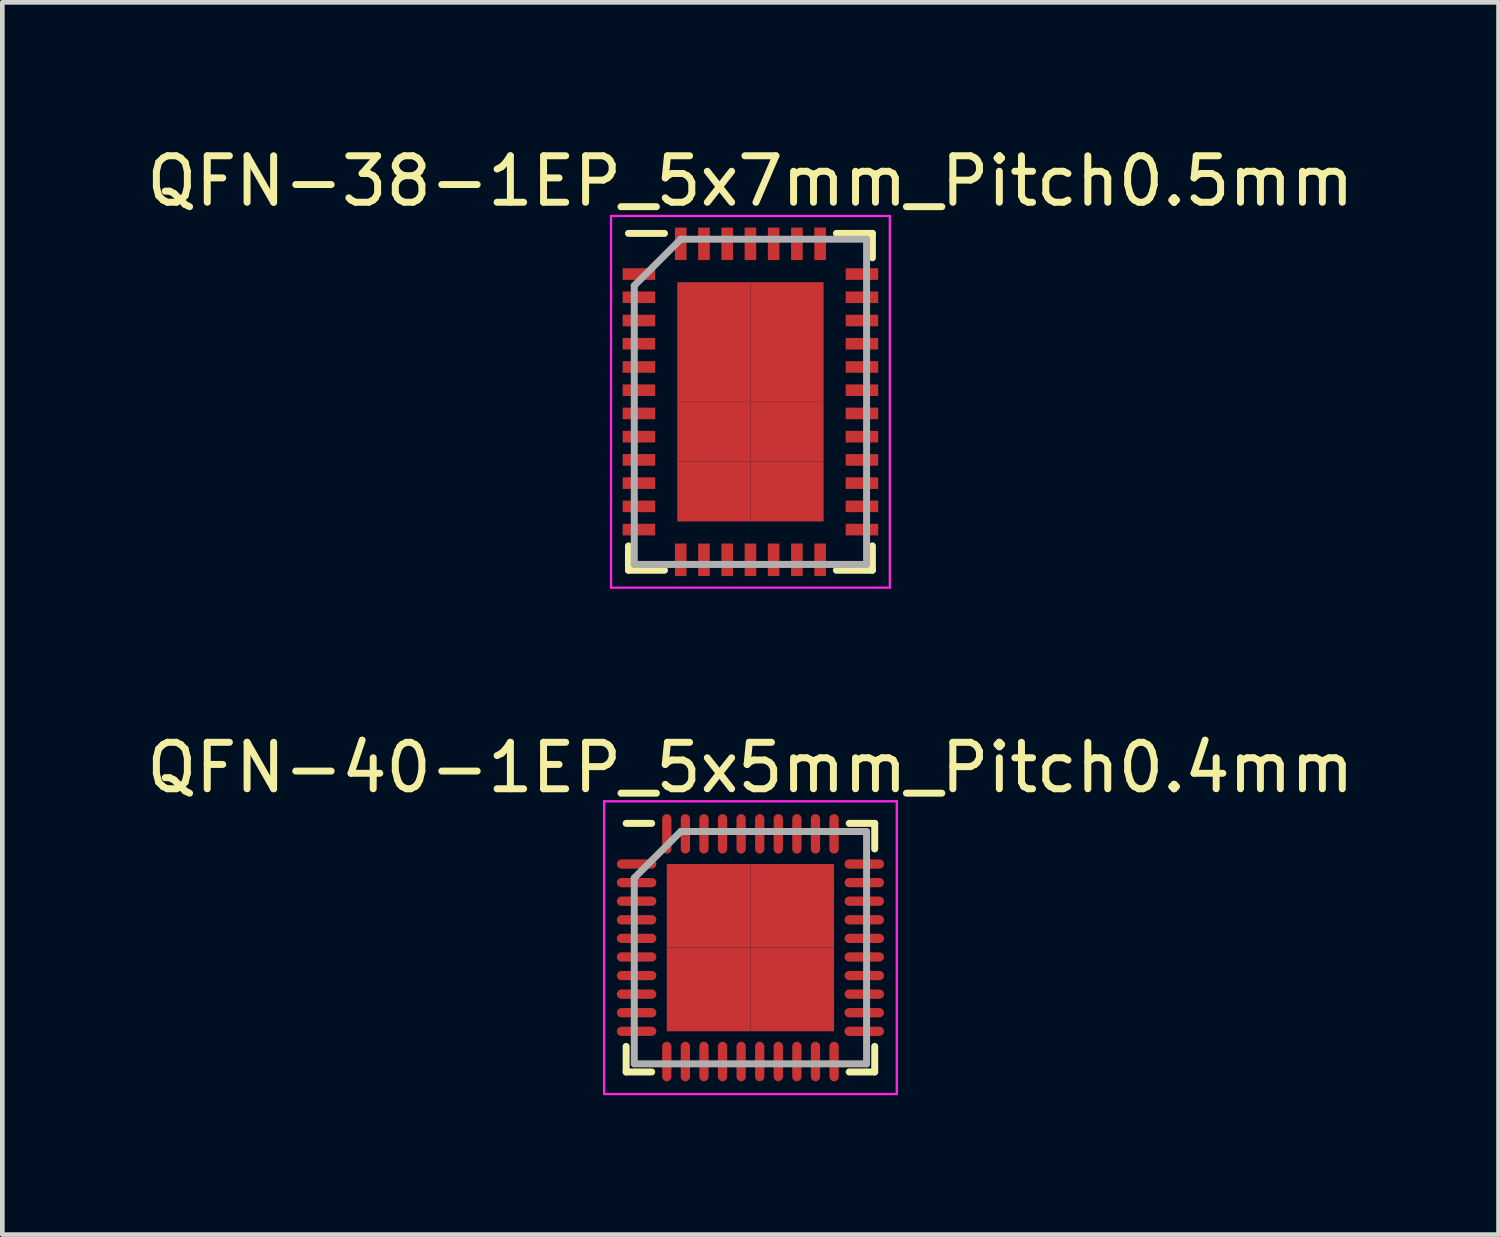
<source format=kicad_pcb>
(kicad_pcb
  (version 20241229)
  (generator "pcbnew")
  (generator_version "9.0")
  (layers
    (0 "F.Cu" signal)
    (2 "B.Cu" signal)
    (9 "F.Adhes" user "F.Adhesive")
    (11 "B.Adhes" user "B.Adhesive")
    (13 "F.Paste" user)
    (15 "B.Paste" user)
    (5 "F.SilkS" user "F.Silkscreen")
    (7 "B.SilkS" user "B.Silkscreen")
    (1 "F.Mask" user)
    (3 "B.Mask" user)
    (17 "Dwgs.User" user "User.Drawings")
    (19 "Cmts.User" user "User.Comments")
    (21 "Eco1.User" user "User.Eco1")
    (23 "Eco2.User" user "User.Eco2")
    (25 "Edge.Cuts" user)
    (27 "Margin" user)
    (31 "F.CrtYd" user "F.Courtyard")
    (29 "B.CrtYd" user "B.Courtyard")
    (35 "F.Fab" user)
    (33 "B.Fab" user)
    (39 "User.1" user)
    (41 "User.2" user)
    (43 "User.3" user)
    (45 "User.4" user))
  (footprint "QFN-38-1EP_5x7mm_Pitch0.5mm"
    (layer "F.Cu")
    (at 13.101 5.598)
    (property "Reference" "QFN-38-1EP_5x7mm_Pitch0.5mm" (at 0 -4.75 0) (layer "F.SilkS") (effects (font (size 1 1) (thickness 0.15))))
    (attr smd)
    (fp_line (start -2.625 -3.625) (end -1.85 -3.625) (stroke (width 0.15) (type solid)) (layer "F.SilkS"))
    (fp_line (start -2.625 3.625) (end -2.625 3.1) (stroke (width 0.15) (type solid)) (layer "F.SilkS"))
    (fp_line (start -2.625 3.625) (end -1.85 3.625) (stroke (width 0.15) (type solid)) (layer "F.SilkS"))
    (fp_line (start 2.625 -3.625) (end 1.85 -3.625) (stroke (width 0.15) (type solid)) (layer "F.SilkS"))
    (fp_line (start 2.625 -3.625) (end 2.625 -3.1) (stroke (width 0.15) (type solid)) (layer "F.SilkS"))
    (fp_line (start 2.625 3.625) (end 1.85 3.625) (stroke (width 0.15) (type solid)) (layer "F.SilkS"))
    (fp_line (start 2.625 3.625) (end 2.625 3.1) (stroke (width 0.15) (type solid)) (layer "F.SilkS"))
    (fp_line (start -3 -4) (end -3 4) (stroke (width 0.05) (type solid)) (layer "F.CrtYd"))
    (fp_line (start -3 -4) (end 3 -4) (stroke (width 0.05) (type solid)) (layer "F.CrtYd"))
    (fp_line (start -3 4) (end 3 4) (stroke (width 0.05) (type solid)) (layer "F.CrtYd"))
    (fp_line (start 3 -4) (end 3 4) (stroke (width 0.05) (type solid)) (layer "F.CrtYd"))
    (fp_line (start -2.5 -2.5) (end -1.5 -3.5) (stroke (width 0.15) (type solid)) (layer "F.Fab"))
    (fp_line (start -2.5 3.5) (end -2.5 -2.5) (stroke (width 0.15) (type solid)) (layer "F.Fab"))
    (fp_line (start -1.5 -3.5) (end 2.5 -3.5) (stroke (width 0.15) (type solid)) (layer "F.Fab"))
    (fp_line (start 2.5 -3.5) (end 2.5 3.5) (stroke (width 0.15) (type solid)) (layer "F.Fab"))
    (fp_line (start 2.5 3.5) (end -2.5 3.5) (stroke (width 0.15) (type solid)) (layer "F.Fab"))
    (pad "1" smd rect (at -2.4 -2.75) (size 0.7 0.25) (layers "F.Cu" "F.Mask" "F.Paste"))
    (pad "2" smd rect (at -2.4 -2.25) (size 0.7 0.25) (layers "F.Cu" "F.Mask" "F.Paste"))
    (pad "3" smd rect (at -2.4 -1.75) (size 0.7 0.25) (layers "F.Cu" "F.Mask" "F.Paste"))
    (pad "4" smd rect (at -2.4 -1.25) (size 0.7 0.25) (layers "F.Cu" "F.Mask" "F.Paste"))
    (pad "5" smd rect (at -2.4 -0.75) (size 0.7 0.25) (layers "F.Cu" "F.Mask" "F.Paste"))
    (pad "6" smd rect (at -2.4 -0.25) (size 0.7 0.25) (layers "F.Cu" "F.Mask" "F.Paste"))
    (pad "7" smd rect (at -2.4 0.25) (size 0.7 0.25) (layers "F.Cu" "F.Mask" "F.Paste"))
    (pad "8" smd rect (at -2.4 0.75) (size 0.7 0.25) (layers "F.Cu" "F.Mask" "F.Paste"))
    (pad "9" smd rect (at -2.4 1.25) (size 0.7 0.25) (layers "F.Cu" "F.Mask" "F.Paste"))
    (pad "10" smd rect (at -2.4 1.75) (size 0.7 0.25) (layers "F.Cu" "F.Mask" "F.Paste"))
    (pad "11" smd rect (at -2.4 2.25) (size 0.7 0.25) (layers "F.Cu" "F.Mask" "F.Paste"))
    (pad "12" smd rect (at -2.4 2.75) (size 0.7 0.25) (layers "F.Cu" "F.Mask" "F.Paste"))
    (pad "13" smd rect (at -1.5 3.4 90) (size 0.7 0.25) (layers "F.Cu" "F.Mask" "F.Paste"))
    (pad "14" smd rect (at -1 3.4 90) (size 0.7 0.25) (layers "F.Cu" "F.Mask" "F.Paste"))
    (pad "15" smd rect (at -0.5 3.4 90) (size 0.7 0.25) (layers "F.Cu" "F.Mask" "F.Paste"))
    (pad "16" smd rect (at 0 3.4 90) (size 0.7 0.25) (layers "F.Cu" "F.Mask" "F.Paste"))
    (pad "17" smd rect (at 0.5 3.4 90) (size 0.7 0.25) (layers "F.Cu" "F.Mask" "F.Paste"))
    (pad "18" smd rect (at 1 3.4 90) (size 0.7 0.25) (layers "F.Cu" "F.Mask" "F.Paste"))
    (pad "19" smd rect (at 1.5 3.4 90) (size 0.7 0.25) (layers "F.Cu" "F.Mask" "F.Paste"))
    (pad "20" smd rect (at 2.4 2.75) (size 0.7 0.25) (layers "F.Cu" "F.Mask" "F.Paste"))
    (pad "21" smd rect (at 2.4 2.25) (size 0.7 0.25) (layers "F.Cu" "F.Mask" "F.Paste"))
    (pad "22" smd rect (at 2.4 1.75) (size 0.7 0.25) (layers "F.Cu" "F.Mask" "F.Paste"))
    (pad "23" smd rect (at 2.4 1.25) (size 0.7 0.25) (layers "F.Cu" "F.Mask" "F.Paste"))
    (pad "24" smd rect (at 2.4 0.75) (size 0.7 0.25) (layers "F.Cu" "F.Mask" "F.Paste"))
    (pad "25" smd rect (at 2.4 0.25) (size 0.7 0.25) (layers "F.Cu" "F.Mask" "F.Paste"))
    (pad "26" smd rect (at 2.4 -0.25) (size 0.7 0.25) (layers "F.Cu" "F.Mask" "F.Paste"))
    (pad "27" smd rect (at 2.4 -0.75) (size 0.7 0.25) (layers "F.Cu" "F.Mask" "F.Paste"))
    (pad "28" smd rect (at 2.4 -1.25) (size 0.7 0.25) (layers "F.Cu" "F.Mask" "F.Paste"))
    (pad "29" smd rect (at 2.4 -1.75) (size 0.7 0.25) (layers "F.Cu" "F.Mask" "F.Paste"))
    (pad "30" smd rect (at 2.4 -2.25) (size 0.7 0.25) (layers "F.Cu" "F.Mask" "F.Paste"))
    (pad "31" smd rect (at 2.4 -2.75) (size 0.7 0.25) (layers "F.Cu" "F.Mask" "F.Paste"))
    (pad "32" smd rect (at 1.5 -3.4 90) (size 0.7 0.25) (layers "F.Cu" "F.Mask" "F.Paste"))
    (pad "33" smd rect (at 1 -3.4 90) (size 0.7 0.25) (layers "F.Cu" "F.Mask" "F.Paste"))
    (pad "34" smd rect (at 0.5 -3.4 90) (size 0.7 0.25) (layers "F.Cu" "F.Mask" "F.Paste"))
    (pad "35" smd rect (at 0 -3.4 90) (size 0.7 0.25) (layers "F.Cu" "F.Mask" "F.Paste"))
    (pad "36" smd rect (at -0.5 -3.4 90) (size 0.7 0.25) (layers "F.Cu" "F.Mask" "F.Paste"))
    (pad "37" smd rect (at -1 -3.4 90) (size 0.7 0.25) (layers "F.Cu" "F.Mask" "F.Paste"))
    (pad "38" smd rect (at -1.5 -3.4 90) (size 0.7 0.25) (layers "F.Cu" "F.Mask" "F.Paste"))
    (pad "39" smd rect (at -0.787 -1.931) (size 1.575 1.288) (layers "F.Cu" "F.Mask" "F.Paste"))
    (pad "39" smd rect (at -0.787 -0.644) (size 1.575 1.288) (layers "F.Cu" "F.Mask" "F.Paste"))
    (pad "39" smd rect (at -0.787 0.644) (size 1.575 1.288) (layers "F.Cu" "F.Mask" "F.Paste"))
    (pad "39" smd rect (at -0.787 1.931) (size 1.575 1.288) (layers "F.Cu" "F.Mask" "F.Paste"))
    (pad "39" smd rect (at 0.787 -1.931) (size 1.575 1.288) (layers "F.Cu" "F.Mask" "F.Paste"))
    (pad "39" smd rect (at 0.787 -0.644) (size 1.575 1.288) (layers "F.Cu" "F.Mask" "F.Paste"))
    (pad "39" smd rect (at 0.787 0.644) (size 1.575 1.288) (layers "F.Cu" "F.Mask" "F.Paste"))
    (pad "39" smd rect (at 0.787 1.931) (size 1.575 1.288) (layers "F.Cu" "F.Mask" "F.Paste")))
  (footprint "QFN-40-1EP_5x5mm_Pitch0.4mm"
    (layer "F.Cu")
    (at 13.101 17.346)
    (property "Reference" "QFN-40-1EP_5x5mm_Pitch0.4mm" (at 0 -3.875 0) (layer "F.SilkS") (effects (font (size 1 1) (thickness 0.15))))
    (attr smd)
    (fp_line (start -2.675 -2.675) (end -2.125 -2.675) (stroke (width 0.15) (type solid)) (layer "F.SilkS"))
    (fp_line (start -2.675 2.675) (end -2.675 2.125) (stroke (width 0.15) (type solid)) (layer "F.SilkS"))
    (fp_line (start -2.675 2.675) (end -2.125 2.675) (stroke (width 0.15) (type solid)) (layer "F.SilkS"))
    (fp_line (start 2.675 -2.675) (end 2.125 -2.675) (stroke (width 0.15) (type solid)) (layer "F.SilkS"))
    (fp_line (start 2.675 -2.675) (end 2.675 -2.125) (stroke (width 0.15) (type solid)) (layer "F.SilkS"))
    (fp_line (start 2.675 2.675) (end 2.125 2.675) (stroke (width 0.15) (type solid)) (layer "F.SilkS"))
    (fp_line (start 2.675 2.675) (end 2.675 2.125) (stroke (width 0.15) (type solid)) (layer "F.SilkS"))
    (fp_line (start -3.15 -3.15) (end -3.15 3.15) (stroke (width 0.05) (type solid)) (layer "F.CrtYd"))
    (fp_line (start -3.15 -3.15) (end 3.15 -3.15) (stroke (width 0.05) (type solid)) (layer "F.CrtYd"))
    (fp_line (start -3.15 3.15) (end 3.15 3.15) (stroke (width 0.05) (type solid)) (layer "F.CrtYd"))
    (fp_line (start 3.15 -3.15) (end 3.15 3.15) (stroke (width 0.05) (type solid)) (layer "F.CrtYd"))
    (fp_line (start -2.5 -1.5) (end -1.5 -2.5) (stroke (width 0.15) (type solid)) (layer "F.Fab"))
    (fp_line (start -2.5 2.5) (end -2.5 -1.5) (stroke (width 0.15) (type solid)) (layer "F.Fab"))
    (fp_line (start -1.5 -2.5) (end 2.5 -2.5) (stroke (width 0.15) (type solid)) (layer "F.Fab"))
    (fp_line (start 2.5 -2.5) (end 2.5 2.5) (stroke (width 0.15) (type solid)) (layer "F.Fab"))
    (fp_line (start 2.5 2.5) (end -2.5 2.5) (stroke (width 0.15) (type solid)) (layer "F.Fab"))
    (pad "1" smd oval (at -2.45 -1.8) (size 0.85 0.2) (layers "F.Cu" "F.Mask" "F.Paste"))
    (pad "2" smd oval (at -2.45 -1.4) (size 0.85 0.2) (layers "F.Cu" "F.Mask" "F.Paste"))
    (pad "3" smd oval (at -2.45 -1) (size 0.85 0.2) (layers "F.Cu" "F.Mask" "F.Paste"))
    (pad "4" smd oval (at -2.45 -0.6) (size 0.85 0.2) (layers "F.Cu" "F.Mask" "F.Paste"))
    (pad "5" smd oval (at -2.45 -0.2) (size 0.85 0.2) (layers "F.Cu" "F.Mask" "F.Paste"))
    (pad "6" smd oval (at -2.45 0.2) (size 0.85 0.2) (layers "F.Cu" "F.Mask" "F.Paste"))
    (pad "7" smd oval (at -2.45 0.6) (size 0.85 0.2) (layers "F.Cu" "F.Mask" "F.Paste"))
    (pad "8" smd oval (at -2.45 1) (size 0.85 0.2) (layers "F.Cu" "F.Mask" "F.Paste"))
    (pad "9" smd oval (at -2.45 1.4) (size 0.85 0.2) (layers "F.Cu" "F.Mask" "F.Paste"))
    (pad "10" smd oval (at -2.45 1.8) (size 0.85 0.2) (layers "F.Cu" "F.Mask" "F.Paste"))
    (pad "11" smd oval (at -1.8 2.45 90) (size 0.85 0.2) (layers "F.Cu" "F.Mask" "F.Paste"))
    (pad "12" smd oval (at -1.4 2.45 90) (size 0.85 0.2) (layers "F.Cu" "F.Mask" "F.Paste"))
    (pad "13" smd oval (at -1 2.45 90) (size 0.85 0.2) (layers "F.Cu" "F.Mask" "F.Paste"))
    (pad "14" smd oval (at -0.6 2.45 90) (size 0.85 0.2) (layers "F.Cu" "F.Mask" "F.Paste"))
    (pad "15" smd oval (at -0.2 2.45 90) (size 0.85 0.2) (layers "F.Cu" "F.Mask" "F.Paste"))
    (pad "16" smd oval (at 0.2 2.45 90) (size 0.85 0.2) (layers "F.Cu" "F.Mask" "F.Paste"))
    (pad "17" smd oval (at 0.6 2.45 90) (size 0.85 0.2) (layers "F.Cu" "F.Mask" "F.Paste"))
    (pad "18" smd oval (at 1 2.45 90) (size 0.85 0.2) (layers "F.Cu" "F.Mask" "F.Paste"))
    (pad "19" smd oval (at 1.4 2.45 90) (size 0.85 0.2) (layers "F.Cu" "F.Mask" "F.Paste"))
    (pad "20" smd oval (at 1.8 2.45 90) (size 0.85 0.2) (layers "F.Cu" "F.Mask" "F.Paste"))
    (pad "21" smd oval (at 2.45 1.8) (size 0.85 0.2) (layers "F.Cu" "F.Mask" "F.Paste"))
    (pad "22" smd oval (at 2.45 1.4) (size 0.85 0.2) (layers "F.Cu" "F.Mask" "F.Paste"))
    (pad "23" smd oval (at 2.45 1) (size 0.85 0.2) (layers "F.Cu" "F.Mask" "F.Paste"))
    (pad "24" smd oval (at 2.45 0.6) (size 0.85 0.2) (layers "F.Cu" "F.Mask" "F.Paste"))
    (pad "25" smd oval (at 2.45 0.2) (size 0.85 0.2) (layers "F.Cu" "F.Mask" "F.Paste"))
    (pad "26" smd oval (at 2.45 -0.2) (size 0.85 0.2) (layers "F.Cu" "F.Mask" "F.Paste"))
    (pad "27" smd oval (at 2.45 -0.6) (size 0.85 0.2) (layers "F.Cu" "F.Mask" "F.Paste"))
    (pad "28" smd oval (at 2.45 -1) (size 0.85 0.2) (layers "F.Cu" "F.Mask" "F.Paste"))
    (pad "29" smd oval (at 2.45 -1.4) (size 0.85 0.2) (layers "F.Cu" "F.Mask" "F.Paste"))
    (pad "30" smd oval (at 2.45 -1.8) (size 0.85 0.2) (layers "F.Cu" "F.Mask" "F.Paste"))
    (pad "31" smd oval (at 1.8 -2.45 90) (size 0.85 0.2) (layers "F.Cu" "F.Mask" "F.Paste"))
    (pad "32" smd oval (at 1.4 -2.45 90) (size 0.85 0.2) (layers "F.Cu" "F.Mask" "F.Paste"))
    (pad "33" smd oval (at 1 -2.45 90) (size 0.85 0.2) (layers "F.Cu" "F.Mask" "F.Paste"))
    (pad "34" smd oval (at 0.6 -2.45 90) (size 0.85 0.2) (layers "F.Cu" "F.Mask" "F.Paste"))
    (pad "35" smd oval (at 0.2 -2.45 90) (size 0.85 0.2) (layers "F.Cu" "F.Mask" "F.Paste"))
    (pad "36" smd oval (at -0.2 -2.45 90) (size 0.85 0.2) (layers "F.Cu" "F.Mask" "F.Paste"))
    (pad "37" smd oval (at -0.6 -2.45 90) (size 0.85 0.2) (layers "F.Cu" "F.Mask" "F.Paste"))
    (pad "38" smd oval (at -1 -2.45 90) (size 0.85 0.2) (layers "F.Cu" "F.Mask" "F.Paste"))
    (pad "39" smd oval (at -1.4 -2.45 90) (size 0.85 0.2) (layers "F.Cu" "F.Mask" "F.Paste"))
    (pad "40" smd oval (at -1.8 -2.45 90) (size 0.85 0.2) (layers "F.Cu" "F.Mask" "F.Paste"))
    (pad "41" smd rect (at -0.9 -0.9) (size 1.8 1.8) (layers "F.Cu" "F.Mask" "F.Paste"))
    (pad "41" smd rect (at -0.9 0.9) (size 1.8 1.8) (layers "F.Cu" "F.Mask" "F.Paste"))
    (pad "41" smd rect (at 0.9 -0.9) (size 1.8 1.8) (layers "F.Cu" "F.Mask" "F.Paste"))
    (pad "41" smd rect (at 0.9 0.9) (size 1.8 1.8) (layers "F.Cu" "F.Mask" "F.Paste")))
  (gr_rect
    (start -3 -3)
    (end 29.202 23.521)
    (stroke (width 0.1) (type default))
    (fill no)
    (layer "Edge.Cuts")))
</source>
